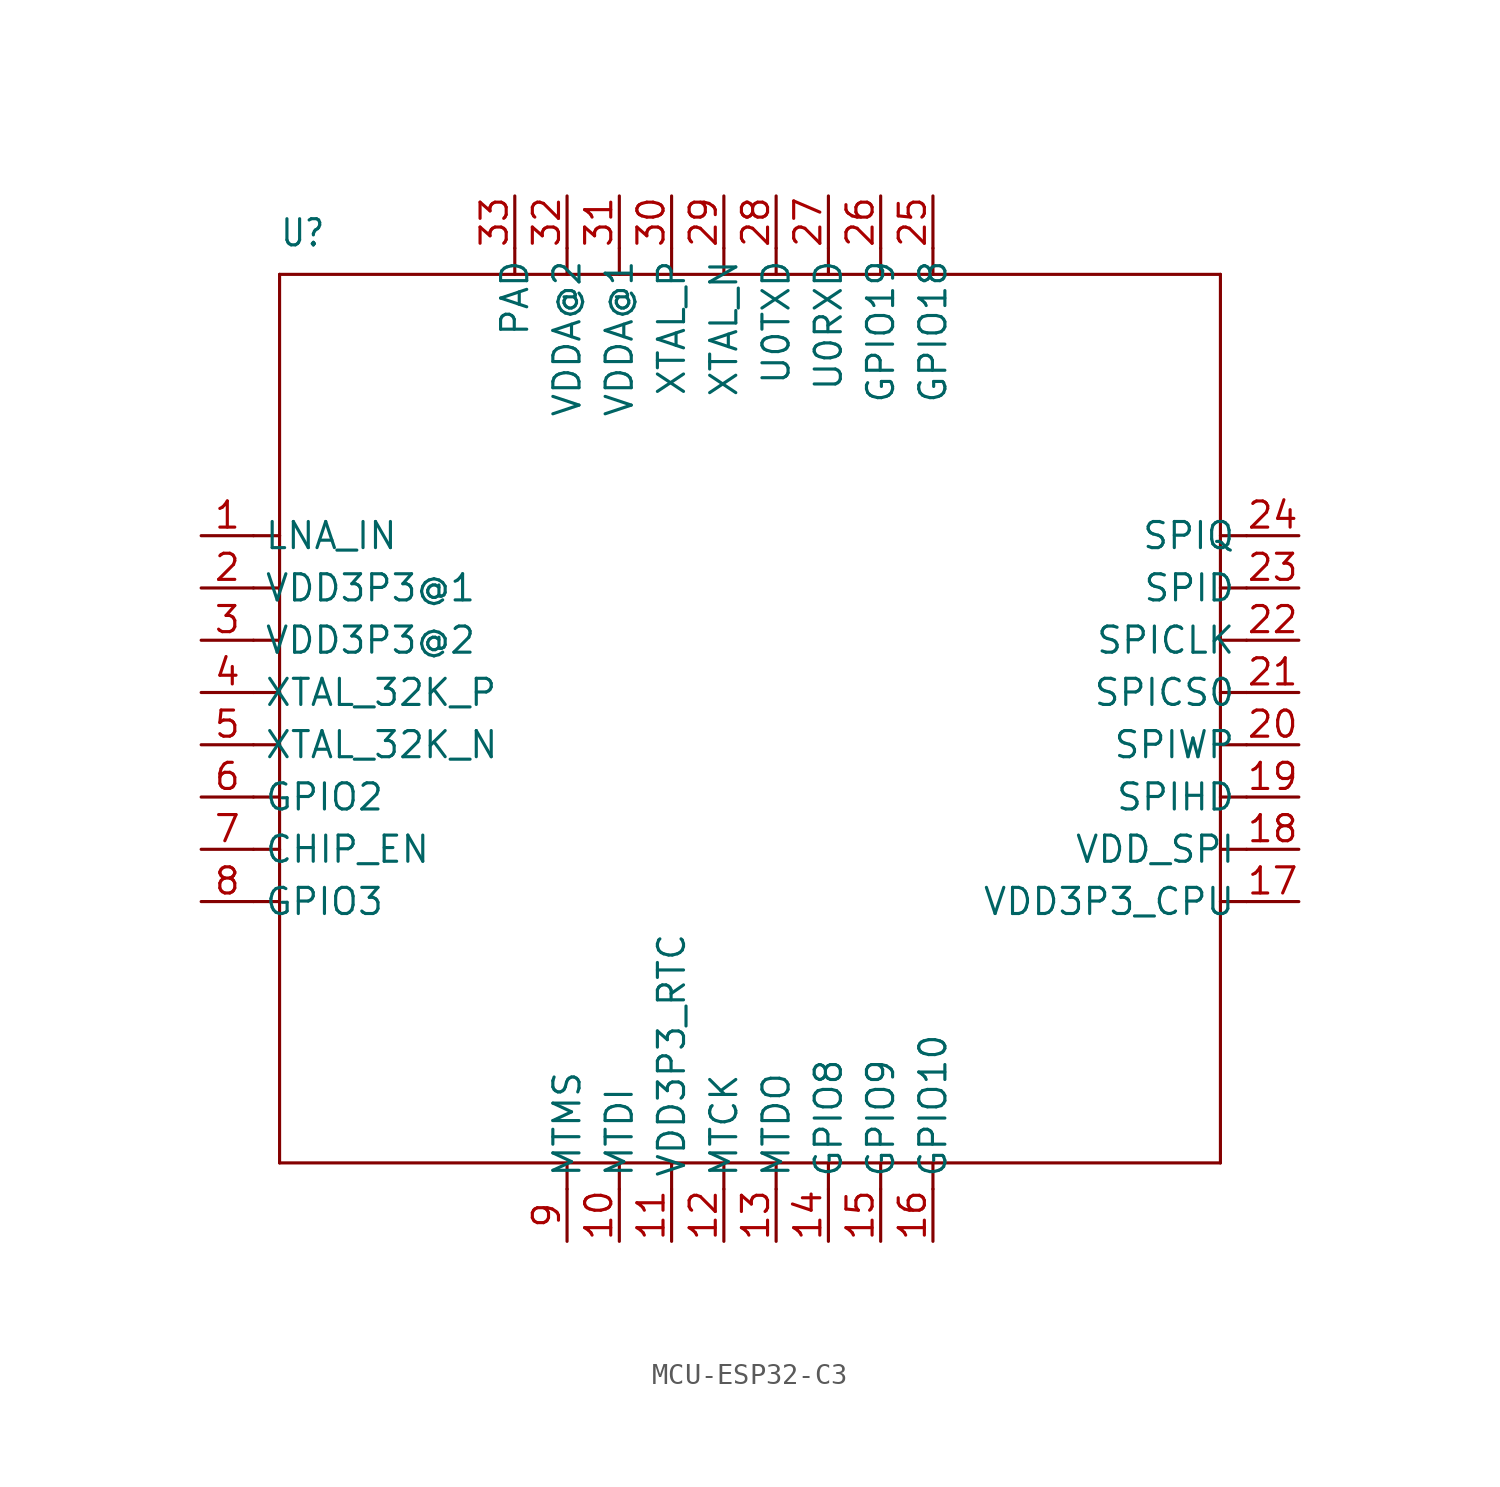
<source format=kicad_sym>
(kicad_symbol_lib
  (version 20231120)
  (generator "kicad_symbol_editor")
  (generator_version "8.0")
  (symbol "MCU-ESP32-C3"
    (property "Reference" "U"
      (at -22.86 22.86 0)
      (effects (font (size 1.27 1.079)) (justify left bottom)))
    (property "Value" ""
      (at -22.86 21.59 0)
      (effects (font (size 1.27 1.079)) (justify left bottom)))
    (property "ki_locked" ""
      (at 0 0 0)
      (effects (font (size 1.27 1.27))))
    (symbol "MCU-ESP32-C3_1_0"
      (polyline (pts (xy -22.86 -21.59) (xy 22.86 -21.59)) (stroke (width 0.152) (type solid)) (fill (type none)))
      (polyline (pts (xy -22.86 -8.89) (xy -24.13 -8.89)) (stroke (width 0.152) (type solid)) (fill (type none)))
      (polyline (pts (xy -22.86 -8.89) (xy -22.86 -21.59)) (stroke (width 0.152) (type solid)) (fill (type none)))
      (polyline (pts (xy -22.86 -6.35) (xy -24.13 -6.35)) (stroke (width 0.152) (type solid)) (fill (type none)))
      (polyline (pts (xy -22.86 -6.35) (xy -22.86 -8.89)) (stroke (width 0.152) (type solid)) (fill (type none)))
      (polyline (pts (xy -22.86 -3.81) (xy -24.13 -3.81)) (stroke (width 0.152) (type solid)) (fill (type none)))
      (polyline (pts (xy -22.86 -3.81) (xy -22.86 -6.35)) (stroke (width 0.152) (type solid)) (fill (type none)))
      (polyline (pts (xy -22.86 -1.27) (xy -24.13 -1.27)) (stroke (width 0.152) (type solid)) (fill (type none)))
      (polyline (pts (xy -22.86 -1.27) (xy -22.86 -3.81)) (stroke (width 0.152) (type solid)) (fill (type none)))
      (polyline (pts (xy -22.86 1.27) (xy -24.13 1.27)) (stroke (width 0.152) (type solid)) (fill (type none)))
      (polyline (pts (xy -22.86 1.27) (xy -22.86 -1.27)) (stroke (width 0.152) (type solid)) (fill (type none)))
      (polyline (pts (xy -22.86 3.81) (xy -24.13 3.81)) (stroke (width 0.152) (type solid)) (fill (type none)))
      (polyline (pts (xy -22.86 3.81) (xy -22.86 1.27)) (stroke (width 0.152) (type solid)) (fill (type none)))
      (polyline (pts (xy -22.86 6.35) (xy -24.13 6.35)) (stroke (width 0.152) (type solid)) (fill (type none)))
      (polyline (pts (xy -22.86 6.35) (xy -22.86 3.81)) (stroke (width 0.152) (type solid)) (fill (type none)))
      (polyline (pts (xy -22.86 8.89) (xy -24.13 8.89)) (stroke (width 0.152) (type solid)) (fill (type none)))
      (polyline (pts (xy -22.86 8.89) (xy -22.86 6.35)) (stroke (width 0.152) (type solid)) (fill (type none)))
      (polyline (pts (xy -22.86 21.59) (xy -22.86 8.89)) (stroke (width 0.152) (type solid)) (fill (type none)))
      (polyline (pts (xy -11.43 22.86) (xy -11.43 21.59)) (stroke (width 0.152) (type solid)) (fill (type none)))
      (polyline (pts (xy -8.89 -21.59) (xy -8.89 -22.86)) (stroke (width 0.152) (type solid)) (fill (type none)))
      (polyline (pts (xy -8.89 22.86) (xy -8.89 21.59)) (stroke (width 0.152) (type solid)) (fill (type none)))
      (polyline (pts (xy -6.35 -21.59) (xy -6.35 -22.86)) (stroke (width 0.152) (type solid)) (fill (type none)))
      (polyline (pts (xy -6.35 22.86) (xy -6.35 21.59)) (stroke (width 0.152) (type solid)) (fill (type none)))
      (polyline (pts (xy -3.81 -21.59) (xy -3.81 -22.86)) (stroke (width 0.152) (type solid)) (fill (type none)))
      (polyline (pts (xy -3.81 22.86) (xy -3.81 21.59)) (stroke (width 0.152) (type solid)) (fill (type none)))
      (polyline (pts (xy -1.27 -21.59) (xy -1.27 -22.86)) (stroke (width 0.152) (type solid)) (fill (type none)))
      (polyline (pts (xy -1.27 22.86) (xy -1.27 21.59)) (stroke (width 0.152) (type solid)) (fill (type none)))
      (polyline (pts (xy 1.27 -21.59) (xy 1.27 -22.86)) (stroke (width 0.152) (type solid)) (fill (type none)))
      (polyline (pts (xy 1.27 22.86) (xy 1.27 21.59)) (stroke (width 0.152) (type solid)) (fill (type none)))
      (polyline (pts (xy 3.81 -21.59) (xy 3.81 -22.86)) (stroke (width 0.152) (type solid)) (fill (type none)))
      (polyline (pts (xy 3.81 22.86) (xy 3.81 21.59)) (stroke (width 0.152) (type solid)) (fill (type none)))
      (polyline (pts (xy 6.35 -21.59) (xy 6.35 -22.86)) (stroke (width 0.152) (type solid)) (fill (type none)))
      (polyline (pts (xy 6.35 22.86) (xy 6.35 21.59)) (stroke (width 0.152) (type solid)) (fill (type none)))
      (polyline (pts (xy 8.89 -21.59) (xy 8.89 -22.86)) (stroke (width 0.152) (type solid)) (fill (type none)))
      (polyline (pts (xy 8.89 21.59) (xy -22.86 21.59)) (stroke (width 0.152) (type solid)) (fill (type none)))
      (polyline (pts (xy 8.89 22.86) (xy 8.89 21.59)) (stroke (width 0.152) (type solid)) (fill (type none)))
      (polyline (pts (xy 22.86 -21.59) (xy 22.86 21.59)) (stroke (width 0.152) (type solid)) (fill (type none)))
      (polyline (pts (xy 22.86 21.59) (xy 8.89 21.59)) (stroke (width 0.152) (type solid)) (fill (type none)))
      (polyline (pts (xy 24.13 -8.89) (xy 22.86 -8.89)) (stroke (width 0.152) (type solid)) (fill (type none)))
      (polyline (pts (xy 24.13 -6.35) (xy 22.86 -6.35)) (stroke (width 0.152) (type solid)) (fill (type none)))
      (polyline (pts (xy 24.13 -3.81) (xy 22.86 -3.81)) (stroke (width 0.152) (type solid)) (fill (type none)))
      (polyline (pts (xy 24.13 -1.27) (xy 22.86 -1.27)) (stroke (width 0.152) (type solid)) (fill (type none)))
      (polyline (pts (xy 24.13 1.27) (xy 22.86 1.27)) (stroke (width 0.152) (type solid)) (fill (type none)))
      (polyline (pts (xy 24.13 3.81) (xy 22.86 3.81)) (stroke (width 0.152) (type solid)) (fill (type none)))
      (polyline (pts (xy 24.13 6.35) (xy 22.86 6.35)) (stroke (width 0.152) (type solid)) (fill (type none)))
      (polyline (pts (xy 24.13 8.89) (xy 22.86 8.89)) (stroke (width 0.152) (type solid)) (fill (type none)))
      (pin bidirectional line (at -26.67 8.89 0) (length 2.54) (name "LNA_IN" (effects (font (size 1.27 1.27)))) (number "1" (effects (font (size 1.27 1.27)))))
      (pin bidirectional line (at -6.35 -25.4 90) (length 2.54) (name "MTDI" (effects (font (size 1.27 1.27)))) (number "10" (effects (font (size 1.27 1.27)))))
      (pin bidirectional line (at -3.81 -25.4 90) (length 2.54) (name "VDD3P3_RTC" (effects (font (size 1.27 1.27)))) (number "11" (effects (font (size 1.27 1.27)))))
      (pin bidirectional line (at -1.27 -25.4 90) (length 2.54) (name "MTCK" (effects (font (size 1.27 1.27)))) (number "12" (effects (font (size 1.27 1.27)))))
      (pin bidirectional line (at 1.27 -25.4 90) (length 2.54) (name "MTDO" (effects (font (size 1.27 1.27)))) (number "13" (effects (font (size 1.27 1.27)))))
      (pin bidirectional line (at 3.81 -25.4 90) (length 2.54) (name "GPIO8" (effects (font (size 1.27 1.27)))) (number "14" (effects (font (size 1.27 1.27)))))
      (pin bidirectional line (at 6.35 -25.4 90) (length 2.54) (name "GPIO9" (effects (font (size 1.27 1.27)))) (number "15" (effects (font (size 1.27 1.27)))))
      (pin bidirectional line (at 8.89 -25.4 90) (length 2.54) (name "GPIO10" (effects (font (size 1.27 1.27)))) (number "16" (effects (font (size 1.27 1.27)))))
      (pin bidirectional line (at 26.67 -8.89 180) (length 2.54) (name "VDD3P3_CPU" (effects (font (size 1.27 1.27)))) (number "17" (effects (font (size 1.27 1.27)))))
      (pin bidirectional line (at 26.67 -6.35 180) (length 2.54) (name "VDD_SPI" (effects (font (size 1.27 1.27)))) (number "18" (effects (font (size 1.27 1.27)))))
      (pin bidirectional line (at 26.67 -3.81 180) (length 2.54) (name "SPIHD" (effects (font (size 1.27 1.27)))) (number "19" (effects (font (size 1.27 1.27)))))
      (pin bidirectional line (at -26.67 6.35 0) (length 2.54) (name "VDD3P3@1" (effects (font (size 1.27 1.27)))) (number "2" (effects (font (size 1.27 1.27)))))
      (pin bidirectional line (at 26.67 -1.27 180) (length 2.54) (name "SPIWP" (effects (font (size 1.27 1.27)))) (number "20" (effects (font (size 1.27 1.27)))))
      (pin bidirectional line (at 26.67 1.27 180) (length 2.54) (name "SPICS0" (effects (font (size 1.27 1.27)))) (number "21" (effects (font (size 1.27 1.27)))))
      (pin bidirectional line (at 26.67 3.81 180) (length 2.54) (name "SPICLK" (effects (font (size 1.27 1.27)))) (number "22" (effects (font (size 1.27 1.27)))))
      (pin bidirectional line (at 26.67 6.35 180) (length 2.54) (name "SPID" (effects (font (size 1.27 1.27)))) (number "23" (effects (font (size 1.27 1.27)))))
      (pin bidirectional line (at 26.67 8.89 180) (length 2.54) (name "SPIQ" (effects (font (size 1.27 1.27)))) (number "24" (effects (font (size 1.27 1.27)))))
      (pin bidirectional line (at 8.89 25.4 270) (length 2.54) (name "GPIO18" (effects (font (size 1.27 1.27)))) (number "25" (effects (font (size 1.27 1.27)))))
      (pin bidirectional line (at 6.35 25.4 270) (length 2.54) (name "GPIO19" (effects (font (size 1.27 1.27)))) (number "26" (effects (font (size 1.27 1.27)))))
      (pin bidirectional line (at 3.81 25.4 270) (length 2.54) (name "U0RXD" (effects (font (size 1.27 1.27)))) (number "27" (effects (font (size 1.27 1.27)))))
      (pin bidirectional line (at 1.27 25.4 270) (length 2.54) (name "U0TXD" (effects (font (size 1.27 1.27)))) (number "28" (effects (font (size 1.27 1.27)))))
      (pin bidirectional line (at -1.27 25.4 270) (length 2.54) (name "XTAL_N" (effects (font (size 1.27 1.27)))) (number "29" (effects (font (size 1.27 1.27)))))
      (pin bidirectional line (at -26.67 3.81 0) (length 2.54) (name "VDD3P3@2" (effects (font (size 1.27 1.27)))) (number "3" (effects (font (size 1.27 1.27)))))
      (pin bidirectional line (at -3.81 25.4 270) (length 2.54) (name "XTAL_P" (effects (font (size 1.27 1.27)))) (number "30" (effects (font (size 1.27 1.27)))))
      (pin bidirectional line (at -6.35 25.4 270) (length 2.54) (name "VDDA@1" (effects (font (size 1.27 1.27)))) (number "31" (effects (font (size 1.27 1.27)))))
      (pin bidirectional line (at -8.89 25.4 270) (length 2.54) (name "VDDA@2" (effects (font (size 1.27 1.27)))) (number "32" (effects (font (size 1.27 1.27)))))
      (pin bidirectional line (at -11.43 25.4 270) (length 2.54) (name "PAD" (effects (font (size 1.27 1.27)))) (number "33" (effects (font (size 1.27 1.27)))))
      (pin bidirectional line (at -26.67 1.27 0) (length 2.54) (name "XTAL_32K_P" (effects (font (size 1.27 1.27)))) (number "4" (effects (font (size 1.27 1.27)))))
      (pin bidirectional line (at -26.67 -1.27 0) (length 2.54) (name "XTAL_32K_N" (effects (font (size 1.27 1.27)))) (number "5" (effects (font (size 1.27 1.27)))))
      (pin bidirectional line (at -26.67 -3.81 0) (length 2.54) (name "GPIO2" (effects (font (size 1.27 1.27)))) (number "6" (effects (font (size 1.27 1.27)))))
      (pin bidirectional line (at -26.67 -6.35 0) (length 2.54) (name "CHIP_EN" (effects (font (size 1.27 1.27)))) (number "7" (effects (font (size 1.27 1.27)))))
      (pin bidirectional line (at -26.67 -8.89 0) (length 2.54) (name "GPIO3" (effects (font (size 1.27 1.27)))) (number "8" (effects (font (size 1.27 1.27)))))
      (pin bidirectional line (at -8.89 -25.4 90) (length 2.54) (name "MTMS" (effects (font (size 1.27 1.27)))) (number "9" (effects (font (size 1.27 1.27))))))))
</source>
